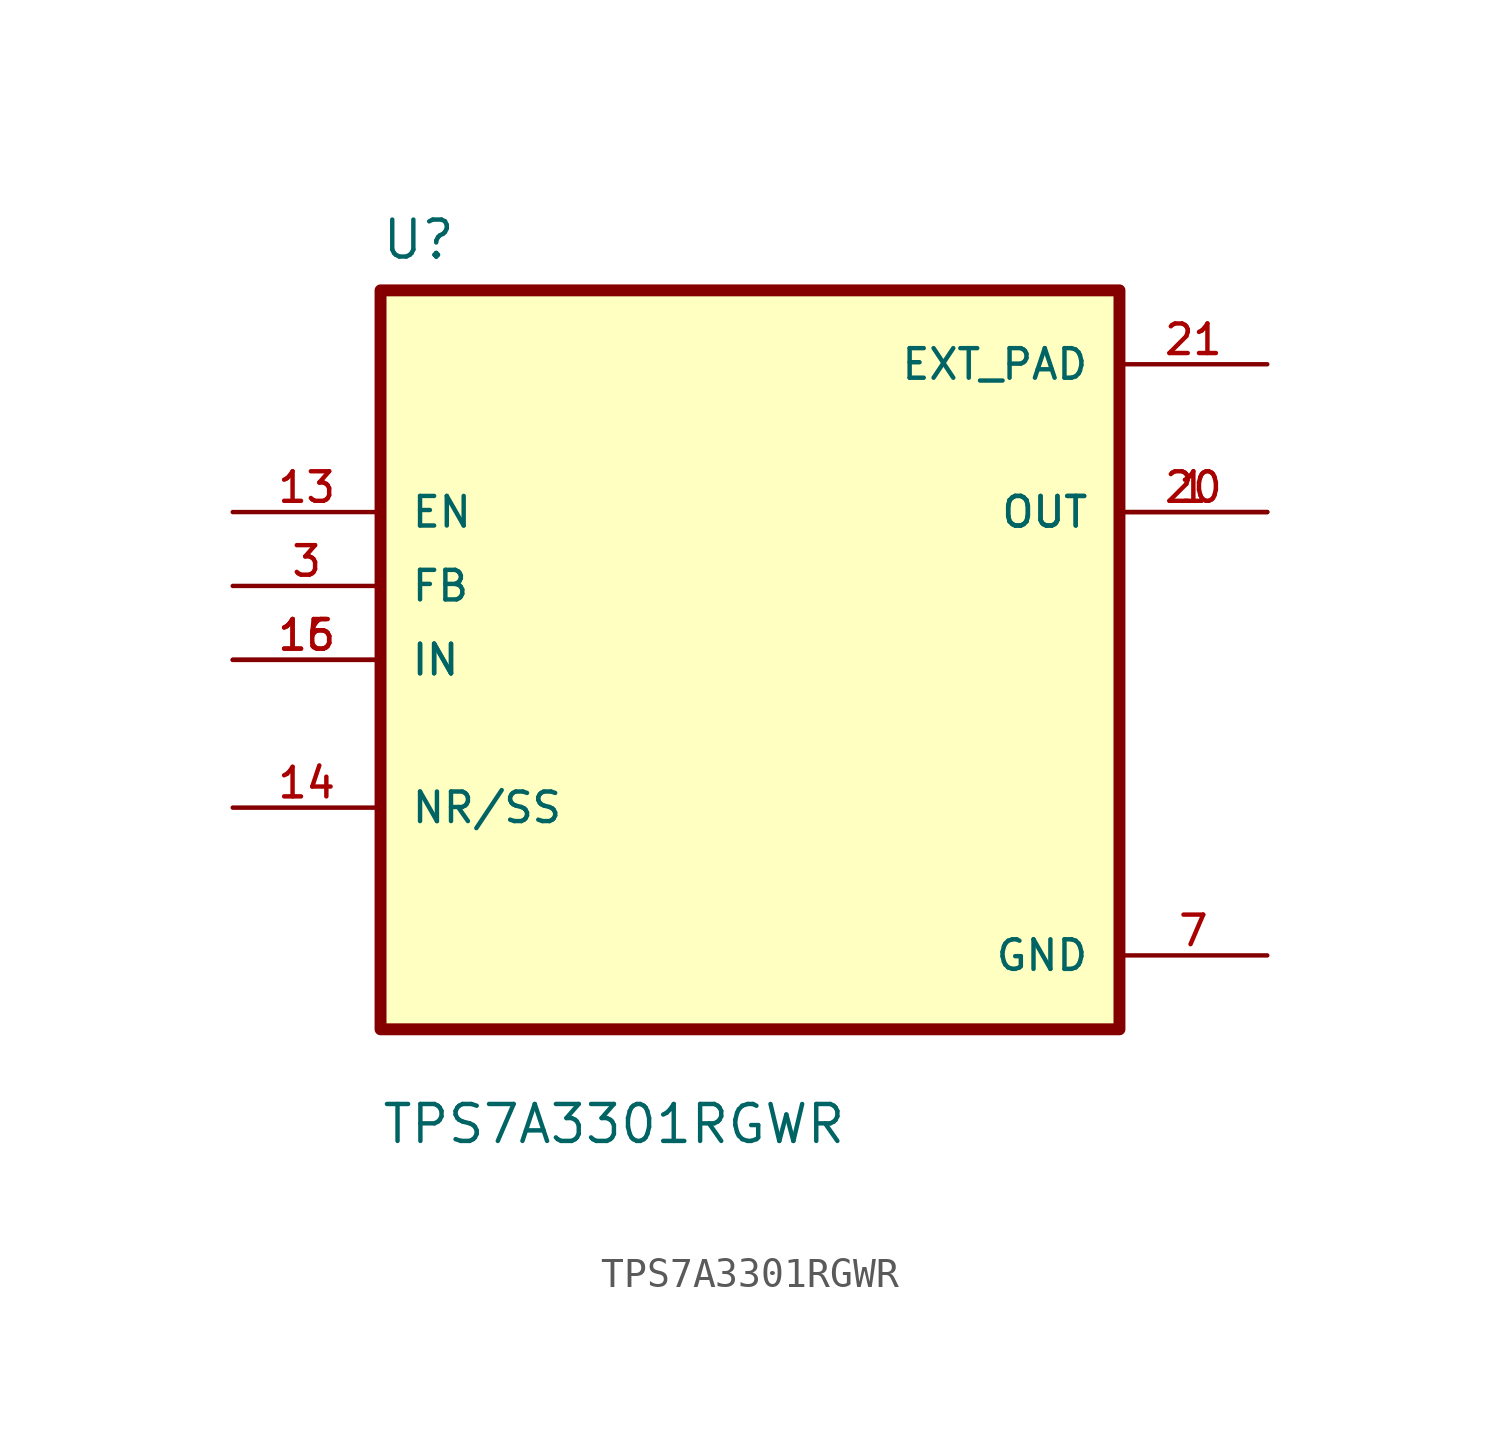
<source format=kicad_sym>
(kicad_symbol_lib
  (version 20211014)
  (generator kicad_symbol_editor)
  (symbol "TPS7A3301RGWR"
    (pin_names
      (offset 1.016))
    (property "Reference" "U"
      (at -12.7 13.7 0.0)
      (effects (font (size 1.27 1.27)) (justify bottom left)))
    (property "Value" "TPS7A3301RGWR"
      (at -12.7 -16.7 0.0)
      (effects (font (size 1.27 1.27)) (justify bottom left)))
    (symbol "TPS7A3301RGWR_0_0"
      (rectangle (start -12.7 -12.7) (end 12.7 12.7) (stroke (width 0.41)) (fill (type background)))
      (pin input line (at -17.78 5.08 0) (length 5.08) (name "EN" (effects (font (size 1.016 1.016)))) (number "13" (effects (font (size 1.016 1.016)))))
      (pin input line (at -17.78 2.54 0) (length 5.08) (name "FB" (effects (font (size 1.016 1.016)))) (number "3" (effects (font (size 1.016 1.016)))))
      (pin input line (at -17.78 -8.88178e-16 0) (length 5.08) (name "IN" (effects (font (size 1.016 1.016)))) (number "15" (effects (font (size 1.016 1.016)))))
      (pin input line (at -17.78 -8.88178e-16 0) (length 5.08) (name "IN" (effects (font (size 1.016 1.016)))) (number "16" (effects (font (size 1.016 1.016)))))
      (pin bidirectional line (at -17.78 -5.08 0) (length 5.08) (name "NR/SS" (effects (font (size 1.016 1.016)))) (number "14" (effects (font (size 1.016 1.016)))))
      (pin power_in line (at 17.78 10.16 180.0) (length 5.08) (name "EXT_PAD" (effects (font (size 1.016 1.016)))) (number "21" (effects (font (size 1.016 1.016)))))
      (pin output line (at 17.78 5.08 180.0) (length 5.08) (name "OUT" (effects (font (size 1.016 1.016)))) (number "1" (effects (font (size 1.016 1.016)))))
      (pin output line (at 17.78 5.08 180.0) (length 5.08) (name "OUT" (effects (font (size 1.016 1.016)))) (number "20" (effects (font (size 1.016 1.016)))))
      (pin power_in line (at 17.78 -10.16 180.0) (length 5.08) (name "GND" (effects (font (size 1.016 1.016)))) (number "7" (effects (font (size 1.016 1.016))))))))
</source>
